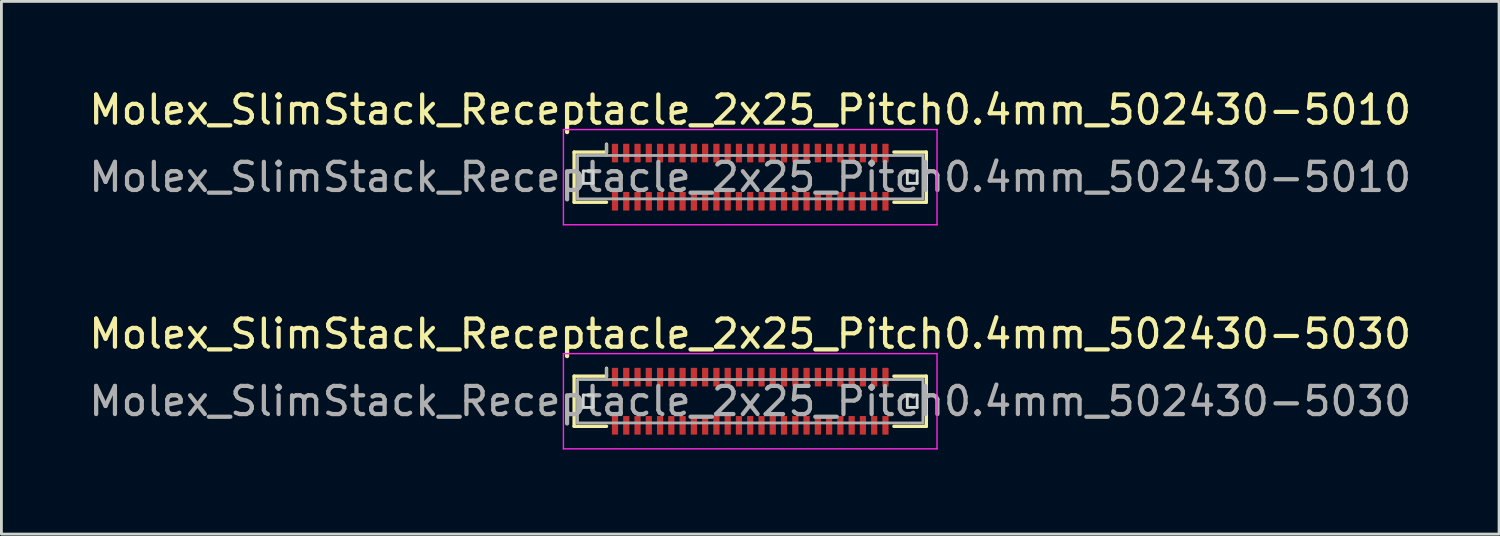
<source format=kicad_pcb>
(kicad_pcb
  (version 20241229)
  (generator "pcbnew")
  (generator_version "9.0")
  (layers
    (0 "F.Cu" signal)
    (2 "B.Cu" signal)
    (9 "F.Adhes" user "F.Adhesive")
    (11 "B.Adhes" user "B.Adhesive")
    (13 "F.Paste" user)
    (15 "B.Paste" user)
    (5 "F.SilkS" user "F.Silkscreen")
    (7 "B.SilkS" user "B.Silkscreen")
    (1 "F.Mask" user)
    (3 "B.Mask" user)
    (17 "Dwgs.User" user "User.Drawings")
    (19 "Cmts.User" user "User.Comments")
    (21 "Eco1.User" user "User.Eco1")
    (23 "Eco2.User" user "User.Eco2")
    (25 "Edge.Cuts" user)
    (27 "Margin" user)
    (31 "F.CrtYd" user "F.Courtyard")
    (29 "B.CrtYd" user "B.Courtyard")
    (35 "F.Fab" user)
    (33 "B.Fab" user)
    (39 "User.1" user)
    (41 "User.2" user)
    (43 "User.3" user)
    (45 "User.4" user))
  (footprint "Molex_SlimStack_Receptacle_2x25_Pitch0.4mm_502430-5030"
    (layer "F.Cu")
    (at 23.577 11.191)
    (property "Reference" "Molex_SlimStack_Receptacle_2x25_Pitch0.4mm_502430-5030" (at 0 -2.39 0) (layer "F.SilkS") (effects (font (size 1 1) (thickness 0.15))))
    (attr smd)
    (fp_line (start -6.25 -0.89) (end -5.1 -0.89) (stroke (width 0.12) (type solid)) (layer "F.SilkS"))
    (fp_line (start -6.25 0.89) (end -6.25 -0.89) (stroke (width 0.12) (type solid)) (layer "F.SilkS"))
    (fp_line (start -5.1 -0.89) (end -5.1 -1.17) (stroke (width 0.12) (type solid)) (layer "F.SilkS"))
    (fp_line (start -5.1 0.89) (end -6.25 0.89) (stroke (width 0.12) (type solid)) (layer "F.SilkS"))
    (fp_line (start 5.1 0.89) (end 6.25 0.89) (stroke (width 0.12) (type solid)) (layer "F.SilkS"))
    (fp_line (start 6.25 -0.89) (end 5.1 -0.89) (stroke (width 0.12) (type solid)) (layer "F.SilkS"))
    (fp_line (start 6.25 0.89) (end 6.25 -0.89) (stroke (width 0.12) (type solid)) (layer "F.SilkS"))
    (fp_line (start -5.925 -0.22) (end -5.925 0.22) (stroke (width 0.1) (type solid)) (layer "Edge.Cuts"))
    (fp_line (start -5.925 0.22) (end -5.575 0.22) (stroke (width 0.1) (type solid)) (layer "Edge.Cuts"))
    (fp_line (start -5.575 -0.22) (end -5.925 -0.22) (stroke (width 0.1) (type solid)) (layer "Edge.Cuts"))
    (fp_line (start -5.575 0.22) (end -5.575 -0.22) (stroke (width 0.1) (type solid)) (layer "Edge.Cuts"))
    (fp_line (start 5.575 -0.22) (end 5.575 0.22) (stroke (width 0.1) (type solid)) (layer "Edge.Cuts"))
    (fp_line (start 5.575 0.22) (end 5.925 0.22) (stroke (width 0.1) (type solid)) (layer "Edge.Cuts"))
    (fp_line (start 5.925 -0.22) (end 5.575 -0.22) (stroke (width 0.1) (type solid)) (layer "Edge.Cuts"))
    (fp_line (start 5.925 0.22) (end 5.925 -0.22) (stroke (width 0.1) (type solid)) (layer "Edge.Cuts"))
    (fp_line (start -6.63 -1.69) (end -6.63 1.69) (stroke (width 0.05) (type solid)) (layer "F.CrtYd"))
    (fp_line (start -6.63 1.69) (end 6.63 1.69) (stroke (width 0.05) (type solid)) (layer "F.CrtYd"))
    (fp_line (start 6.63 -1.69) (end -6.63 -1.69) (stroke (width 0.05) (type solid)) (layer "F.CrtYd"))
    (fp_line (start 6.63 1.69) (end 6.63 -1.69) (stroke (width 0.05) (type solid)) (layer "F.CrtYd"))
    (fp_line (start -6.13 -0.77) (end -6.13 0.77) (stroke (width 0.1) (type solid)) (layer "F.Fab"))
    (fp_line (start -6.13 0.77) (end 6.13 0.77) (stroke (width 0.1) (type solid)) (layer "F.Fab"))
    (fp_line (start -5.1 -0.77) (end -5.1 -1.17) (stroke (width 0.1) (type solid)) (layer "F.Fab"))
    (fp_line (start 6.13 -0.77) (end -6.13 -0.77) (stroke (width 0.1) (type solid)) (layer "F.Fab"))
    (fp_line (start 6.13 0.77) (end 6.13 -0.77) (stroke (width 0.1) (type solid)) (layer "F.Fab"))
    (fp_text user "${REFERENCE}" (at 0 0 0) (layer "F.Fab") (effects (font (size 1 1) (thickness 0.15))))
    (pad "1" smd rect (at -4.8 -0.855) (size 0.22 0.66) (layers "F.Cu" "F.Mask" "F.Paste"))
    (pad "2" smd rect (at -4.8 0.855) (size 0.22 0.66) (layers "F.Cu" "F.Mask" "F.Paste"))
    (pad "3" smd rect (at -4.4 -0.855) (size 0.22 0.66) (layers "F.Cu" "F.Mask" "F.Paste"))
    (pad "4" smd rect (at -4.4 0.855) (size 0.22 0.66) (layers "F.Cu" "F.Mask" "F.Paste"))
    (pad "5" smd rect (at -4 -0.855) (size 0.22 0.66) (layers "F.Cu" "F.Mask" "F.Paste"))
    (pad "6" smd rect (at -4 0.855) (size 0.22 0.66) (layers "F.Cu" "F.Mask" "F.Paste"))
    (pad "7" smd rect (at -3.6 -0.855) (size 0.22 0.66) (layers "F.Cu" "F.Mask" "F.Paste"))
    (pad "8" smd rect (at -3.6 0.855) (size 0.22 0.66) (layers "F.Cu" "F.Mask" "F.Paste"))
    (pad "9" smd rect (at -3.2 -0.855) (size 0.22 0.66) (layers "F.Cu" "F.Mask" "F.Paste"))
    (pad "10" smd rect (at -3.2 0.855) (size 0.22 0.66) (layers "F.Cu" "F.Mask" "F.Paste"))
    (pad "11" smd rect (at -2.8 -0.855) (size 0.22 0.66) (layers "F.Cu" "F.Mask" "F.Paste"))
    (pad "12" smd rect (at -2.8 0.855) (size 0.22 0.66) (layers "F.Cu" "F.Mask" "F.Paste"))
    (pad "13" smd rect (at -2.4 -0.855) (size 0.22 0.66) (layers "F.Cu" "F.Mask" "F.Paste"))
    (pad "14" smd rect (at -2.4 0.855) (size 0.22 0.66) (layers "F.Cu" "F.Mask" "F.Paste"))
    (pad "15" smd rect (at -2 -0.855) (size 0.22 0.66) (layers "F.Cu" "F.Mask" "F.Paste"))
    (pad "16" smd rect (at -2 0.855) (size 0.22 0.66) (layers "F.Cu" "F.Mask" "F.Paste"))
    (pad "17" smd rect (at -1.6 -0.855) (size 0.22 0.66) (layers "F.Cu" "F.Mask" "F.Paste"))
    (pad "18" smd rect (at -1.6 0.855) (size 0.22 0.66) (layers "F.Cu" "F.Mask" "F.Paste"))
    (pad "19" smd rect (at -1.2 -0.855) (size 0.22 0.66) (layers "F.Cu" "F.Mask" "F.Paste"))
    (pad "20" smd rect (at -1.2 0.855) (size 0.22 0.66) (layers "F.Cu" "F.Mask" "F.Paste"))
    (pad "21" smd rect (at -0.8 -0.855) (size 0.22 0.66) (layers "F.Cu" "F.Mask" "F.Paste"))
    (pad "22" smd rect (at -0.8 0.855) (size 0.22 0.66) (layers "F.Cu" "F.Mask" "F.Paste"))
    (pad "23" smd rect (at -0.4 -0.855) (size 0.22 0.66) (layers "F.Cu" "F.Mask" "F.Paste"))
    (pad "24" smd rect (at -0.4 0.855) (size 0.22 0.66) (layers "F.Cu" "F.Mask" "F.Paste"))
    (pad "25" smd rect (at 0 -0.855) (size 0.22 0.66) (layers "F.Cu" "F.Mask" "F.Paste"))
    (pad "26" smd rect (at 0 0.855) (size 0.22 0.66) (layers "F.Cu" "F.Mask" "F.Paste"))
    (pad "27" smd rect (at 0.4 -0.855) (size 0.22 0.66) (layers "F.Cu" "F.Mask" "F.Paste"))
    (pad "28" smd rect (at 0.4 0.855) (size 0.22 0.66) (layers "F.Cu" "F.Mask" "F.Paste"))
    (pad "29" smd rect (at 0.8 -0.855) (size 0.22 0.66) (layers "F.Cu" "F.Mask" "F.Paste"))
    (pad "30" smd rect (at 0.8 0.855) (size 0.22 0.66) (layers "F.Cu" "F.Mask" "F.Paste"))
    (pad "31" smd rect (at 1.2 -0.855) (size 0.22 0.66) (layers "F.Cu" "F.Mask" "F.Paste"))
    (pad "32" smd rect (at 1.2 0.855) (size 0.22 0.66) (layers "F.Cu" "F.Mask" "F.Paste"))
    (pad "33" smd rect (at 1.6 -0.855) (size 0.22 0.66) (layers "F.Cu" "F.Mask" "F.Paste"))
    (pad "34" smd rect (at 1.6 0.855) (size 0.22 0.66) (layers "F.Cu" "F.Mask" "F.Paste"))
    (pad "35" smd rect (at 2 -0.855) (size 0.22 0.66) (layers "F.Cu" "F.Mask" "F.Paste"))
    (pad "36" smd rect (at 2 0.855) (size 0.22 0.66) (layers "F.Cu" "F.Mask" "F.Paste"))
    (pad "37" smd rect (at 2.4 -0.855) (size 0.22 0.66) (layers "F.Cu" "F.Mask" "F.Paste"))
    (pad "38" smd rect (at 2.4 0.855) (size 0.22 0.66) (layers "F.Cu" "F.Mask" "F.Paste"))
    (pad "39" smd rect (at 2.8 -0.855) (size 0.22 0.66) (layers "F.Cu" "F.Mask" "F.Paste"))
    (pad "40" smd rect (at 2.8 0.855) (size 0.22 0.66) (layers "F.Cu" "F.Mask" "F.Paste"))
    (pad "41" smd rect (at 3.2 -0.855) (size 0.22 0.66) (layers "F.Cu" "F.Mask" "F.Paste"))
    (pad "42" smd rect (at 3.2 0.855) (size 0.22 0.66) (layers "F.Cu" "F.Mask" "F.Paste"))
    (pad "43" smd rect (at 3.6 -0.855) (size 0.22 0.66) (layers "F.Cu" "F.Mask" "F.Paste"))
    (pad "44" smd rect (at 3.6 0.855) (size 0.22 0.66) (layers "F.Cu" "F.Mask" "F.Paste"))
    (pad "45" smd rect (at 4 -0.855) (size 0.22 0.66) (layers "F.Cu" "F.Mask" "F.Paste"))
    (pad "46" smd rect (at 4 0.855) (size 0.22 0.66) (layers "F.Cu" "F.Mask" "F.Paste"))
    (pad "47" smd rect (at 4.4 -0.855) (size 0.22 0.66) (layers "F.Cu" "F.Mask" "F.Paste"))
    (pad "48" smd rect (at 4.4 0.855) (size 0.22 0.66) (layers "F.Cu" "F.Mask" "F.Paste"))
    (pad "49" smd rect (at 4.8 -0.855) (size 0.22 0.66) (layers "F.Cu" "F.Mask" "F.Paste"))
    (pad "50" smd rect (at 4.8 0.855) (size 0.22 0.66) (layers "F.Cu" "F.Mask" "F.Paste")))
  (footprint "Molex_SlimStack_Receptacle_2x25_Pitch0.4mm_502430-5010"
    (layer "F.Cu")
    (at 23.577 3.238)
    (property "Reference" "Molex_SlimStack_Receptacle_2x25_Pitch0.4mm_502430-5010" (at 0 -2.39 0) (layer "F.SilkS") (effects (font (size 1 1) (thickness 0.15))))
    (attr smd)
    (fp_line (start -6.25 -0.89) (end -5.1 -0.89) (stroke (width 0.12) (type solid)) (layer "F.SilkS"))
    (fp_line (start -6.25 0.89) (end -6.25 -0.89) (stroke (width 0.12) (type solid)) (layer "F.SilkS"))
    (fp_line (start -5.1 -0.89) (end -5.1 -1.17) (stroke (width 0.12) (type solid)) (layer "F.SilkS"))
    (fp_line (start -5.1 0.89) (end -6.25 0.89) (stroke (width 0.12) (type solid)) (layer "F.SilkS"))
    (fp_line (start 5.1 0.89) (end 6.25 0.89) (stroke (width 0.12) (type solid)) (layer "F.SilkS"))
    (fp_line (start 6.25 -0.89) (end 5.1 -0.89) (stroke (width 0.12) (type solid)) (layer "F.SilkS"))
    (fp_line (start 6.25 0.89) (end 6.25 -0.89) (stroke (width 0.12) (type solid)) (layer "F.SilkS"))
    (fp_line (start -5.925 -0.22) (end -5.925 0.22) (stroke (width 0.1) (type solid)) (layer "Edge.Cuts"))
    (fp_line (start -5.925 0.22) (end -5.575 0.22) (stroke (width 0.1) (type solid)) (layer "Edge.Cuts"))
    (fp_line (start -5.575 -0.22) (end -5.925 -0.22) (stroke (width 0.1) (type solid)) (layer "Edge.Cuts"))
    (fp_line (start -5.575 0.22) (end -5.575 -0.22) (stroke (width 0.1) (type solid)) (layer "Edge.Cuts"))
    (fp_line (start 5.575 -0.22) (end 5.575 0.22) (stroke (width 0.1) (type solid)) (layer "Edge.Cuts"))
    (fp_line (start 5.575 0.22) (end 5.925 0.22) (stroke (width 0.1) (type solid)) (layer "Edge.Cuts"))
    (fp_line (start 5.925 -0.22) (end 5.575 -0.22) (stroke (width 0.1) (type solid)) (layer "Edge.Cuts"))
    (fp_line (start 5.925 0.22) (end 5.925 -0.22) (stroke (width 0.1) (type solid)) (layer "Edge.Cuts"))
    (fp_line (start -6.63 -1.69) (end -6.63 1.69) (stroke (width 0.05) (type solid)) (layer "F.CrtYd"))
    (fp_line (start -6.63 1.69) (end 6.63 1.69) (stroke (width 0.05) (type solid)) (layer "F.CrtYd"))
    (fp_line (start 6.63 -1.69) (end -6.63 -1.69) (stroke (width 0.05) (type solid)) (layer "F.CrtYd"))
    (fp_line (start 6.63 1.69) (end 6.63 -1.69) (stroke (width 0.05) (type solid)) (layer "F.CrtYd"))
    (fp_line (start -6.13 -0.77) (end -6.13 0.77) (stroke (width 0.1) (type solid)) (layer "F.Fab"))
    (fp_line (start -6.13 0.77) (end 6.13 0.77) (stroke (width 0.1) (type solid)) (layer "F.Fab"))
    (fp_line (start -5.1 -0.77) (end -5.1 -1.17) (stroke (width 0.1) (type solid)) (layer "F.Fab"))
    (fp_line (start 6.13 -0.77) (end -6.13 -0.77) (stroke (width 0.1) (type solid)) (layer "F.Fab"))
    (fp_line (start 6.13 0.77) (end 6.13 -0.77) (stroke (width 0.1) (type solid)) (layer "F.Fab"))
    (fp_text user "${REFERENCE}" (at 0 0 0) (layer "F.Fab") (effects (font (size 1 1) (thickness 0.15))))
    (pad "1" smd rect (at -4.8 -0.855) (size 0.22 0.66) (layers "F.Cu" "F.Mask" "F.Paste"))
    (pad "2" smd rect (at -4.8 0.855) (size 0.22 0.66) (layers "F.Cu" "F.Mask" "F.Paste"))
    (pad "3" smd rect (at -4.4 -0.855) (size 0.22 0.66) (layers "F.Cu" "F.Mask" "F.Paste"))
    (pad "4" smd rect (at -4.4 0.855) (size 0.22 0.66) (layers "F.Cu" "F.Mask" "F.Paste"))
    (pad "5" smd rect (at -4 -0.855) (size 0.22 0.66) (layers "F.Cu" "F.Mask" "F.Paste"))
    (pad "6" smd rect (at -4 0.855) (size 0.22 0.66) (layers "F.Cu" "F.Mask" "F.Paste"))
    (pad "7" smd rect (at -3.6 -0.855) (size 0.22 0.66) (layers "F.Cu" "F.Mask" "F.Paste"))
    (pad "8" smd rect (at -3.6 0.855) (size 0.22 0.66) (layers "F.Cu" "F.Mask" "F.Paste"))
    (pad "9" smd rect (at -3.2 -0.855) (size 0.22 0.66) (layers "F.Cu" "F.Mask" "F.Paste"))
    (pad "10" smd rect (at -3.2 0.855) (size 0.22 0.66) (layers "F.Cu" "F.Mask" "F.Paste"))
    (pad "11" smd rect (at -2.8 -0.855) (size 0.22 0.66) (layers "F.Cu" "F.Mask" "F.Paste"))
    (pad "12" smd rect (at -2.8 0.855) (size 0.22 0.66) (layers "F.Cu" "F.Mask" "F.Paste"))
    (pad "13" smd rect (at -2.4 -0.855) (size 0.22 0.66) (layers "F.Cu" "F.Mask" "F.Paste"))
    (pad "14" smd rect (at -2.4 0.855) (size 0.22 0.66) (layers "F.Cu" "F.Mask" "F.Paste"))
    (pad "15" smd rect (at -2 -0.855) (size 0.22 0.66) (layers "F.Cu" "F.Mask" "F.Paste"))
    (pad "16" smd rect (at -2 0.855) (size 0.22 0.66) (layers "F.Cu" "F.Mask" "F.Paste"))
    (pad "17" smd rect (at -1.6 -0.855) (size 0.22 0.66) (layers "F.Cu" "F.Mask" "F.Paste"))
    (pad "18" smd rect (at -1.6 0.855) (size 0.22 0.66) (layers "F.Cu" "F.Mask" "F.Paste"))
    (pad "19" smd rect (at -1.2 -0.855) (size 0.22 0.66) (layers "F.Cu" "F.Mask" "F.Paste"))
    (pad "20" smd rect (at -1.2 0.855) (size 0.22 0.66) (layers "F.Cu" "F.Mask" "F.Paste"))
    (pad "21" smd rect (at -0.8 -0.855) (size 0.22 0.66) (layers "F.Cu" "F.Mask" "F.Paste"))
    (pad "22" smd rect (at -0.8 0.855) (size 0.22 0.66) (layers "F.Cu" "F.Mask" "F.Paste"))
    (pad "23" smd rect (at -0.4 -0.855) (size 0.22 0.66) (layers "F.Cu" "F.Mask" "F.Paste"))
    (pad "24" smd rect (at -0.4 0.855) (size 0.22 0.66) (layers "F.Cu" "F.Mask" "F.Paste"))
    (pad "25" smd rect (at 0 -0.855) (size 0.22 0.66) (layers "F.Cu" "F.Mask" "F.Paste"))
    (pad "26" smd rect (at 0 0.855) (size 0.22 0.66) (layers "F.Cu" "F.Mask" "F.Paste"))
    (pad "27" smd rect (at 0.4 -0.855) (size 0.22 0.66) (layers "F.Cu" "F.Mask" "F.Paste"))
    (pad "28" smd rect (at 0.4 0.855) (size 0.22 0.66) (layers "F.Cu" "F.Mask" "F.Paste"))
    (pad "29" smd rect (at 0.8 -0.855) (size 0.22 0.66) (layers "F.Cu" "F.Mask" "F.Paste"))
    (pad "30" smd rect (at 0.8 0.855) (size 0.22 0.66) (layers "F.Cu" "F.Mask" "F.Paste"))
    (pad "31" smd rect (at 1.2 -0.855) (size 0.22 0.66) (layers "F.Cu" "F.Mask" "F.Paste"))
    (pad "32" smd rect (at 1.2 0.855) (size 0.22 0.66) (layers "F.Cu" "F.Mask" "F.Paste"))
    (pad "33" smd rect (at 1.6 -0.855) (size 0.22 0.66) (layers "F.Cu" "F.Mask" "F.Paste"))
    (pad "34" smd rect (at 1.6 0.855) (size 0.22 0.66) (layers "F.Cu" "F.Mask" "F.Paste"))
    (pad "35" smd rect (at 2 -0.855) (size 0.22 0.66) (layers "F.Cu" "F.Mask" "F.Paste"))
    (pad "36" smd rect (at 2 0.855) (size 0.22 0.66) (layers "F.Cu" "F.Mask" "F.Paste"))
    (pad "37" smd rect (at 2.4 -0.855) (size 0.22 0.66) (layers "F.Cu" "F.Mask" "F.Paste"))
    (pad "38" smd rect (at 2.4 0.855) (size 0.22 0.66) (layers "F.Cu" "F.Mask" "F.Paste"))
    (pad "39" smd rect (at 2.8 -0.855) (size 0.22 0.66) (layers "F.Cu" "F.Mask" "F.Paste"))
    (pad "40" smd rect (at 2.8 0.855) (size 0.22 0.66) (layers "F.Cu" "F.Mask" "F.Paste"))
    (pad "41" smd rect (at 3.2 -0.855) (size 0.22 0.66) (layers "F.Cu" "F.Mask" "F.Paste"))
    (pad "42" smd rect (at 3.2 0.855) (size 0.22 0.66) (layers "F.Cu" "F.Mask" "F.Paste"))
    (pad "43" smd rect (at 3.6 -0.855) (size 0.22 0.66) (layers "F.Cu" "F.Mask" "F.Paste"))
    (pad "44" smd rect (at 3.6 0.855) (size 0.22 0.66) (layers "F.Cu" "F.Mask" "F.Paste"))
    (pad "45" smd rect (at 4 -0.855) (size 0.22 0.66) (layers "F.Cu" "F.Mask" "F.Paste"))
    (pad "46" smd rect (at 4 0.855) (size 0.22 0.66) (layers "F.Cu" "F.Mask" "F.Paste"))
    (pad "47" smd rect (at 4.4 -0.855) (size 0.22 0.66) (layers "F.Cu" "F.Mask" "F.Paste"))
    (pad "48" smd rect (at 4.4 0.855) (size 0.22 0.66) (layers "F.Cu" "F.Mask" "F.Paste"))
    (pad "49" smd rect (at 4.8 -0.855) (size 0.22 0.66) (layers "F.Cu" "F.Mask" "F.Paste"))
    (pad "50" smd rect (at 4.8 0.855) (size 0.22 0.66) (layers "F.Cu" "F.Mask" "F.Paste")))
  (gr_rect
    (start -3 -3)
    (end 50.155 15.906)
    (stroke (width 0.1) (type default))
    (fill no)
    (layer "Edge.Cuts")))
</source>
